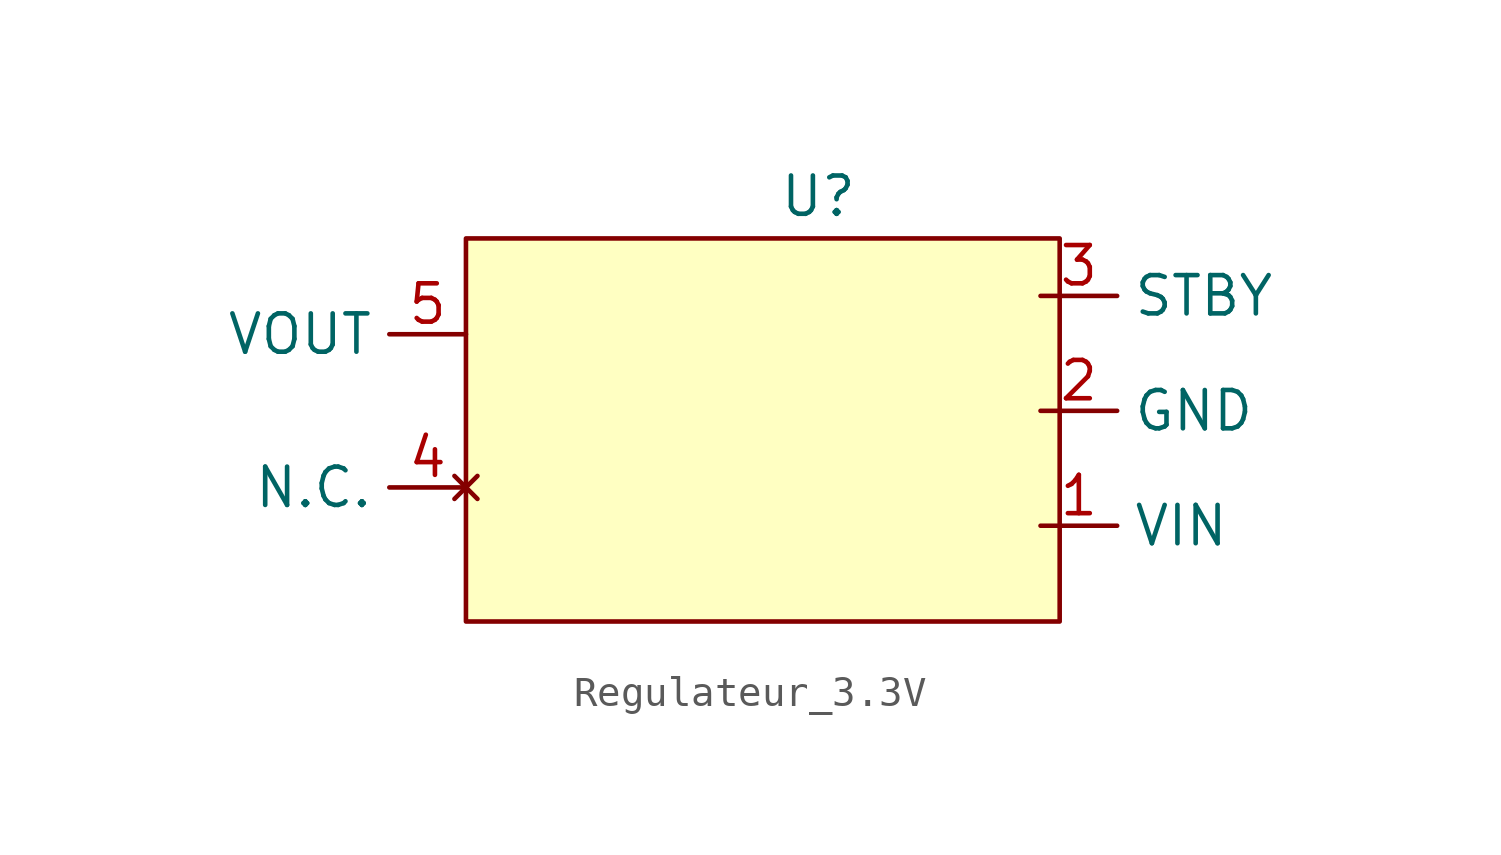
<source format=kicad_sym>
(kicad_symbol_lib
  (version 20231120)
  (generator "kicad_symbol_editor")
  (generator_version "8.0")
  (symbol "Regulateur_3.3V"
    (property "Reference" "U"
      (at 2.794 10.922 0)
      (effects (font (size 1.27 1.27))))
    (property "Value" ""
      (at -16.51 -2.54 90)
      (effects (font (size 1.27 1.27))))
    (symbol "Regulateur_3.3V_1_1"
      (rectangle (start -8.89 9.525) (end 10.795 -3.175) (stroke (width 0) (type default)) (fill (type background)))
      (pin input line (at 10.16 0 0) (length 2.54) (name "VIN" (effects (font (size 1.27 1.27)))) (number "1" (effects (font (size 1.27 1.27)))))
      (pin power_in line (at 10.16 3.81 0) (length 2.54) (name "GND" (effects (font (size 1.27 1.27)))) (number "2" (effects (font (size 1.27 1.27)))))
      (pin input line (at 10.16 7.62 0) (length 2.54) (name "STBY" (effects (font (size 1.27 1.27)))) (number "3" (effects (font (size 1.27 1.27)))))
      (pin no_connect line (at -8.89 1.27 180) (length 2.54) (name "N.C." (effects (font (size 1.27 1.27)))) (number "4" (effects (font (size 1.27 1.27)))))
      (pin power_out line (at -8.89 6.35 180) (length 2.54) (name "VOUT" (effects (font (size 1.27 1.27)))) (number "5" (effects (font (size 1.27 1.27))))))))
</source>
